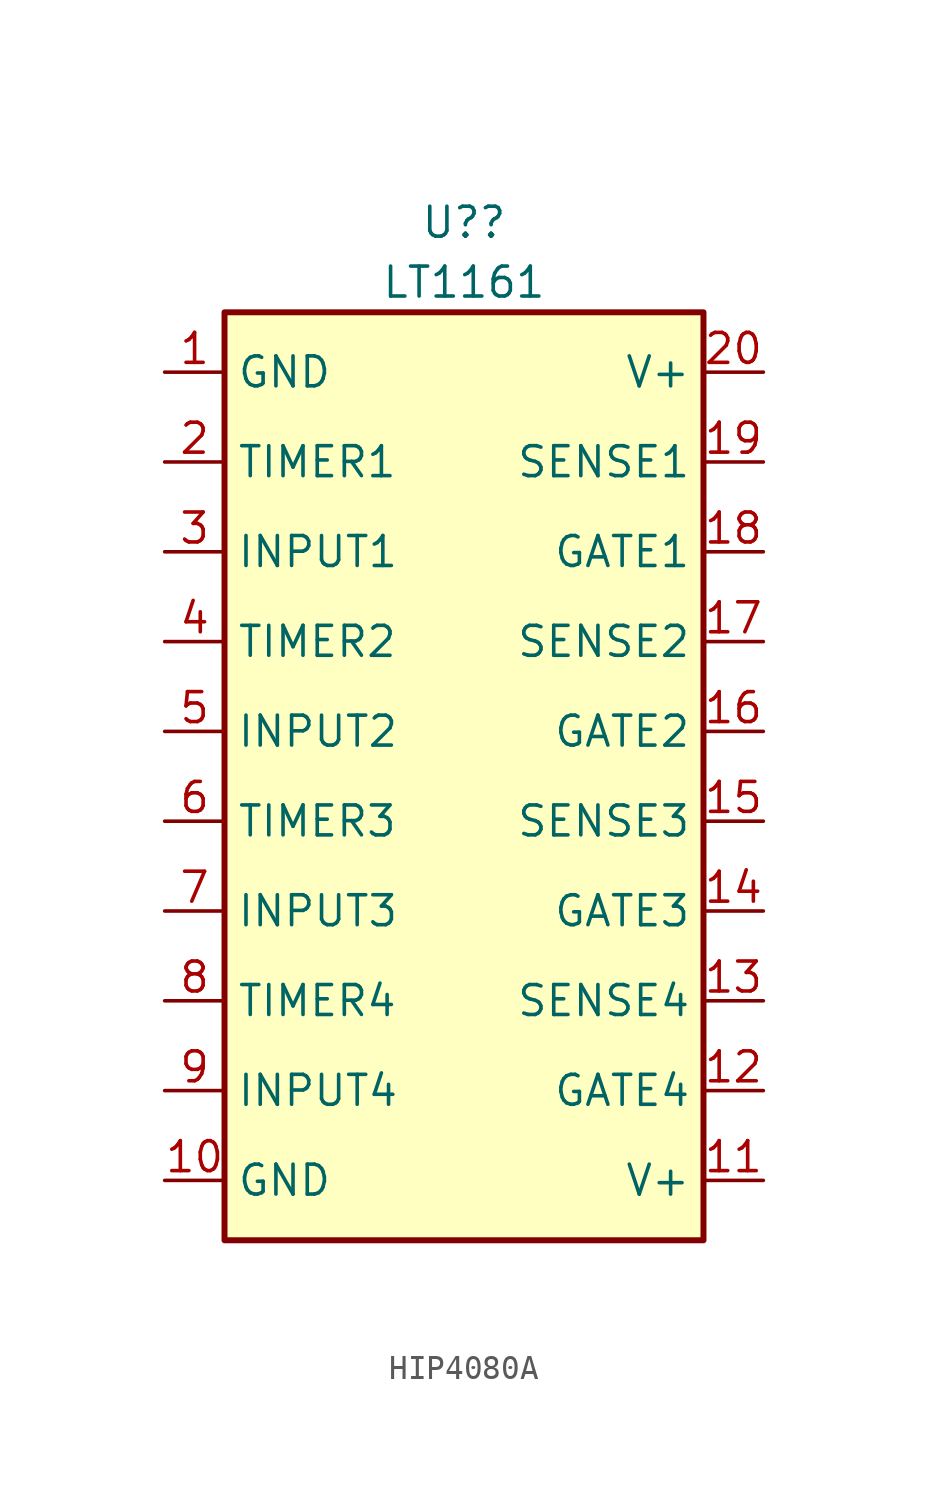
<source format=kicad_sym>
(kicad_symbol_lib
  (version 20211014)
  (generator kicad_symbol_editor)
  (symbol "HIP4080A"
    (property "Reference" "U?"
      (at 0 24.13 0)
      (effects (font (size 1.27 1.27))))
    (property "Value" "LT1161"
      (at 0 21.59 0)
      (effects (font (size 1.27 1.27))))
    (symbol "HIP4080A_0_1"
      (rectangle (start -10.16 20.32) (end 10.16 -19.05) (stroke (width 0.254) (type default) (color 0 0 0 0)) (fill (type background))))
    (symbol "HIP4080A_1_1"
      (pin power_in line (at -12.7 17.78 0) (length 2.54) (name "GND" (effects (font (size 1.27 1.27)))) (number "1" (effects (font (size 1.27 1.27)))))
      (pin power_in line (at -12.7 -16.51 0) (length 2.54) (name "GND" (effects (font (size 1.27 1.27)))) (number "10" (effects (font (size 1.27 1.27)))))
      (pin power_in line (at 12.7 -16.51 180) (length 2.54) (name "V+" (effects (font (size 1.27 1.27)))) (number "11" (effects (font (size 1.27 1.27)))))
      (pin output line (at 12.7 -12.7 180) (length 2.54) (name "GATE4" (effects (font (size 1.27 1.27)))) (number "12" (effects (font (size 1.27 1.27)))))
      (pin output line (at 12.7 -8.89 180) (length 2.54) (name "SENSE4" (effects (font (size 1.27 1.27)))) (number "13" (effects (font (size 1.27 1.27)))))
      (pin output line (at 12.7 -5.08 180) (length 2.54) (name "GATE3" (effects (font (size 1.27 1.27)))) (number "14" (effects (font (size 1.27 1.27)))))
      (pin output line (at 12.7 -1.27 180) (length 2.54) (name "SENSE3" (effects (font (size 1.27 1.27)))) (number "15" (effects (font (size 1.27 1.27)))))
      (pin output line (at 12.7 2.54 180) (length 2.54) (name "GATE2" (effects (font (size 1.27 1.27)))) (number "16" (effects (font (size 1.27 1.27)))))
      (pin output line (at 12.7 6.35 180) (length 2.54) (name "SENSE2" (effects (font (size 1.27 1.27)))) (number "17" (effects (font (size 1.27 1.27)))))
      (pin output line (at 12.7 10.16 180) (length 2.54) (name "GATE1" (effects (font (size 1.27 1.27)))) (number "18" (effects (font (size 1.27 1.27)))))
      (pin output line (at 12.7 13.97 180) (length 2.54) (name "SENSE1" (effects (font (size 1.27 1.27)))) (number "19" (effects (font (size 1.27 1.27)))))
      (pin input line (at -12.7 13.97 0) (length 2.54) (name "TIMER1" (effects (font (size 1.27 1.27)))) (number "2" (effects (font (size 1.27 1.27)))))
      (pin power_in line (at 12.7 17.78 180) (length 2.54) (name "V+" (effects (font (size 1.27 1.27)))) (number "20" (effects (font (size 1.27 1.27)))))
      (pin input line (at -12.7 10.16 0) (length 2.54) (name "INPUT1" (effects (font (size 1.27 1.27)))) (number "3" (effects (font (size 1.27 1.27)))))
      (pin input line (at -12.7 6.35 0) (length 2.54) (name "TIMER2" (effects (font (size 1.27 1.27)))) (number "4" (effects (font (size 1.27 1.27)))))
      (pin input line (at -12.7 2.54 0) (length 2.54) (name "INPUT2" (effects (font (size 1.27 1.27)))) (number "5" (effects (font (size 1.27 1.27)))))
      (pin input line (at -12.7 -1.27 0) (length 2.54) (name "TIMER3" (effects (font (size 1.27 1.27)))) (number "6" (effects (font (size 1.27 1.27)))))
      (pin input line (at -12.7 -5.08 0) (length 2.54) (name "INPUT3" (effects (font (size 1.27 1.27)))) (number "7" (effects (font (size 1.27 1.27)))))
      (pin input line (at -12.7 -8.89 0) (length 2.54) (name "TIMER4" (effects (font (size 1.27 1.27)))) (number "8" (effects (font (size 1.27 1.27)))))
      (pin input line (at -12.7 -12.7 0) (length 2.54) (name "INPUT4" (effects (font (size 1.27 1.27)))) (number "9" (effects (font (size 1.27 1.27))))))))
</source>
